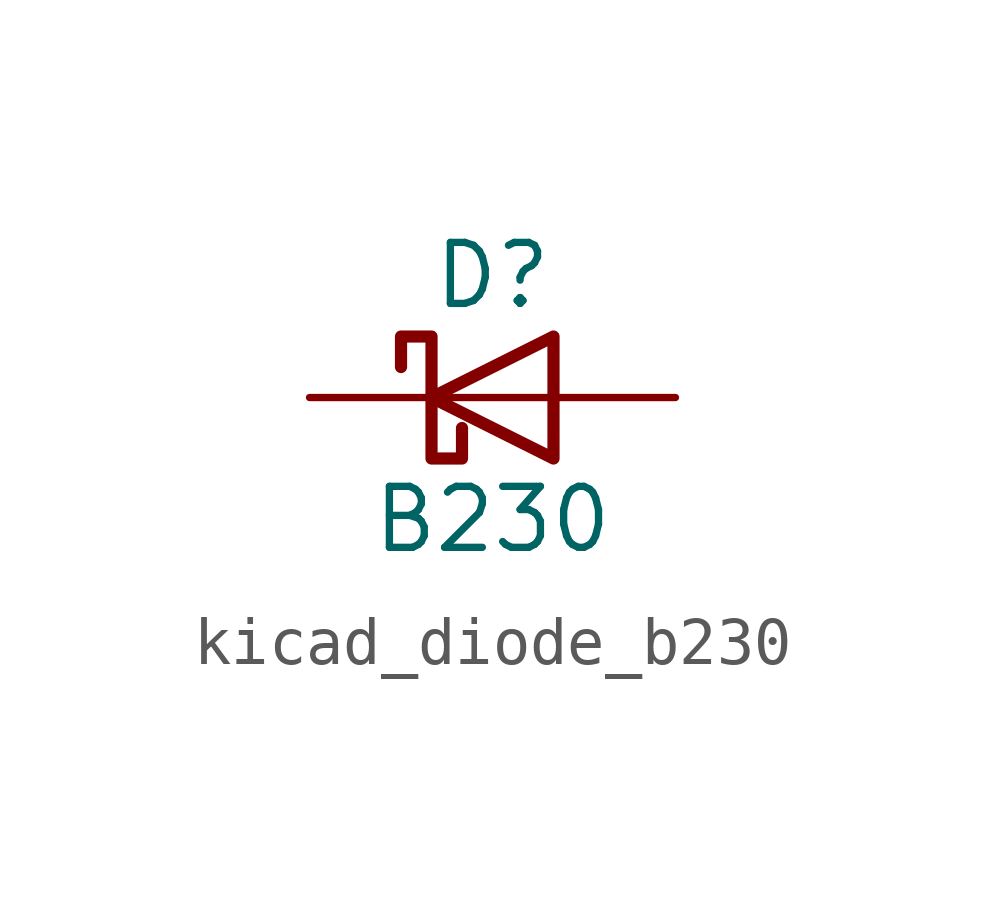
<source format=kicad_sym>
(kicad_symbol_lib
  (version 20220914)
  (generator kicad_symbol_editor)
  (symbol "kicad_diode_b230"
    (pin_numbers hide)
    (pin_names
      (offset 1.016) hide)
    (property "Reference" "D"
      (at 0 2.54 0)
      (effects (font (size 1.27 1.27))))
    (property "Value" "B230"
      (at 0 -2.54 0)
      (effects (font (size 1.27 1.27))))
    (symbol "kicad_diode_b230_0_1"
      (polyline (pts (xy 1.27 0) (xy -1.27 0)) (stroke (width 0) (type default)) (fill (type none)))
      (polyline (pts (xy 1.27 1.27) (xy 1.27 -1.27) (xy -1.27 0) (xy 1.27 1.27)) (stroke (width 0.254) (type default)) (fill (type none)))
      (polyline (pts (xy -1.905 0.635) (xy -1.905 1.27) (xy -1.27 1.27) (xy -1.27 -1.27) (xy -0.635 -1.27) (xy -0.635 -0.635)) (stroke (width 0.254) (type default)) (fill (type none))))
    (symbol "kicad_diode_b230_1_1"
      (pin passive line (at -3.81 0 0) (length 2.54) (name "K" (effects (font (size 1.27 1.27)))) (number "1" (effects (font (size 1.27 1.27)))))
      (pin passive line (at 3.81 0 180) (length 2.54) (name "A" (effects (font (size 1.27 1.27)))) (number "2" (effects (font (size 1.27 1.27))))))))
</source>
